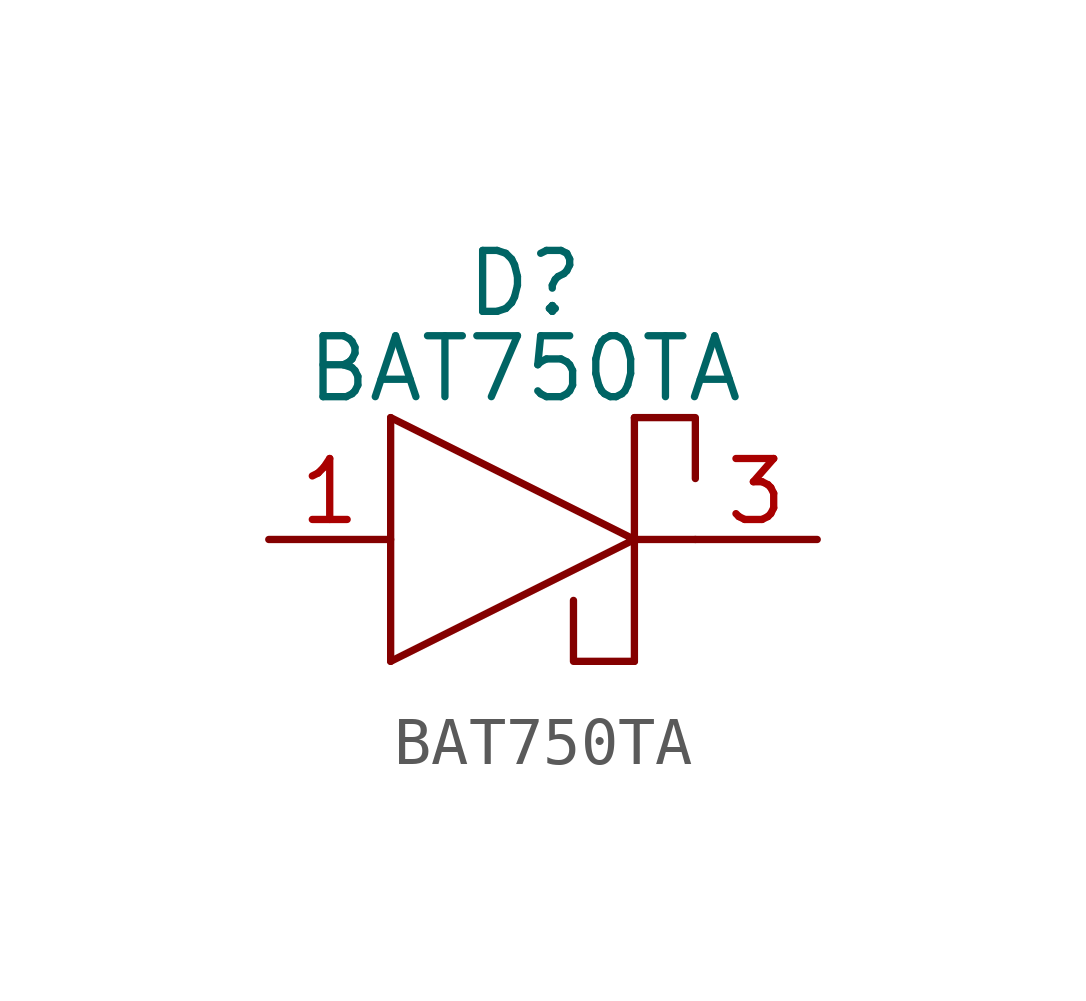
<source format=kicad_sym>
(kicad_symbol_lib
  (version 20241209)
  (generator "kicad_symbol_editor")
  (generator_version "9.0")
  (symbol "BAT750TA"
    (property "Reference" "D"
      (at 2.794 1.524 0)
      (effects (font (size 1.27 1.27))))
    (property "Value" "BAT750TA"
      (at 2.794 -0.254 0)
      (effects (font (size 1.27 1.27))))
    (symbol "BAT750TA_0_1"
      (polyline (pts (xy 0 -1.27) (xy 5.08 -3.81) (xy 0 -6.35)) (stroke (width 0) (type default)) (fill (type none)))
      (rectangle (start 0 -1.27) (end 0 -6.35) (stroke (width 0) (type default)) (fill (type none)))
      (polyline (pts (xy 5.08 -1.27) (xy 5.08 -6.35)) (stroke (width 0) (type default)) (fill (type none)))
      (polyline (pts (xy 5.08 -1.27) (xy 6.35 -1.27) (xy 6.35 -2.54)) (stroke (width 0) (type default)) (fill (type none)))
      (polyline (pts (xy 5.08 -6.35) (xy 3.81 -6.35) (xy 3.81 -5.08)) (stroke (width 0) (type default)) (fill (type none)))
      (polyline (pts (xy 6.35 -3.81) (xy 5.08 -3.81)) (stroke (width 0) (type default)) (fill (type none))))
    (symbol "BAT750TA_1_1"
      (pin input line (at -2.54 -3.81 0) (length 2.54) (name "" (effects (font (size 1.27 1.27)))) (number "1" (effects (font (size 1.27 1.27)))))
      (pin output line (at 8.89 -3.81 180) (length 2.54) (name "" (effects (font (size 1.27 1.27)))) (number "3" (effects (font (size 1.27 1.27))))))))
</source>
